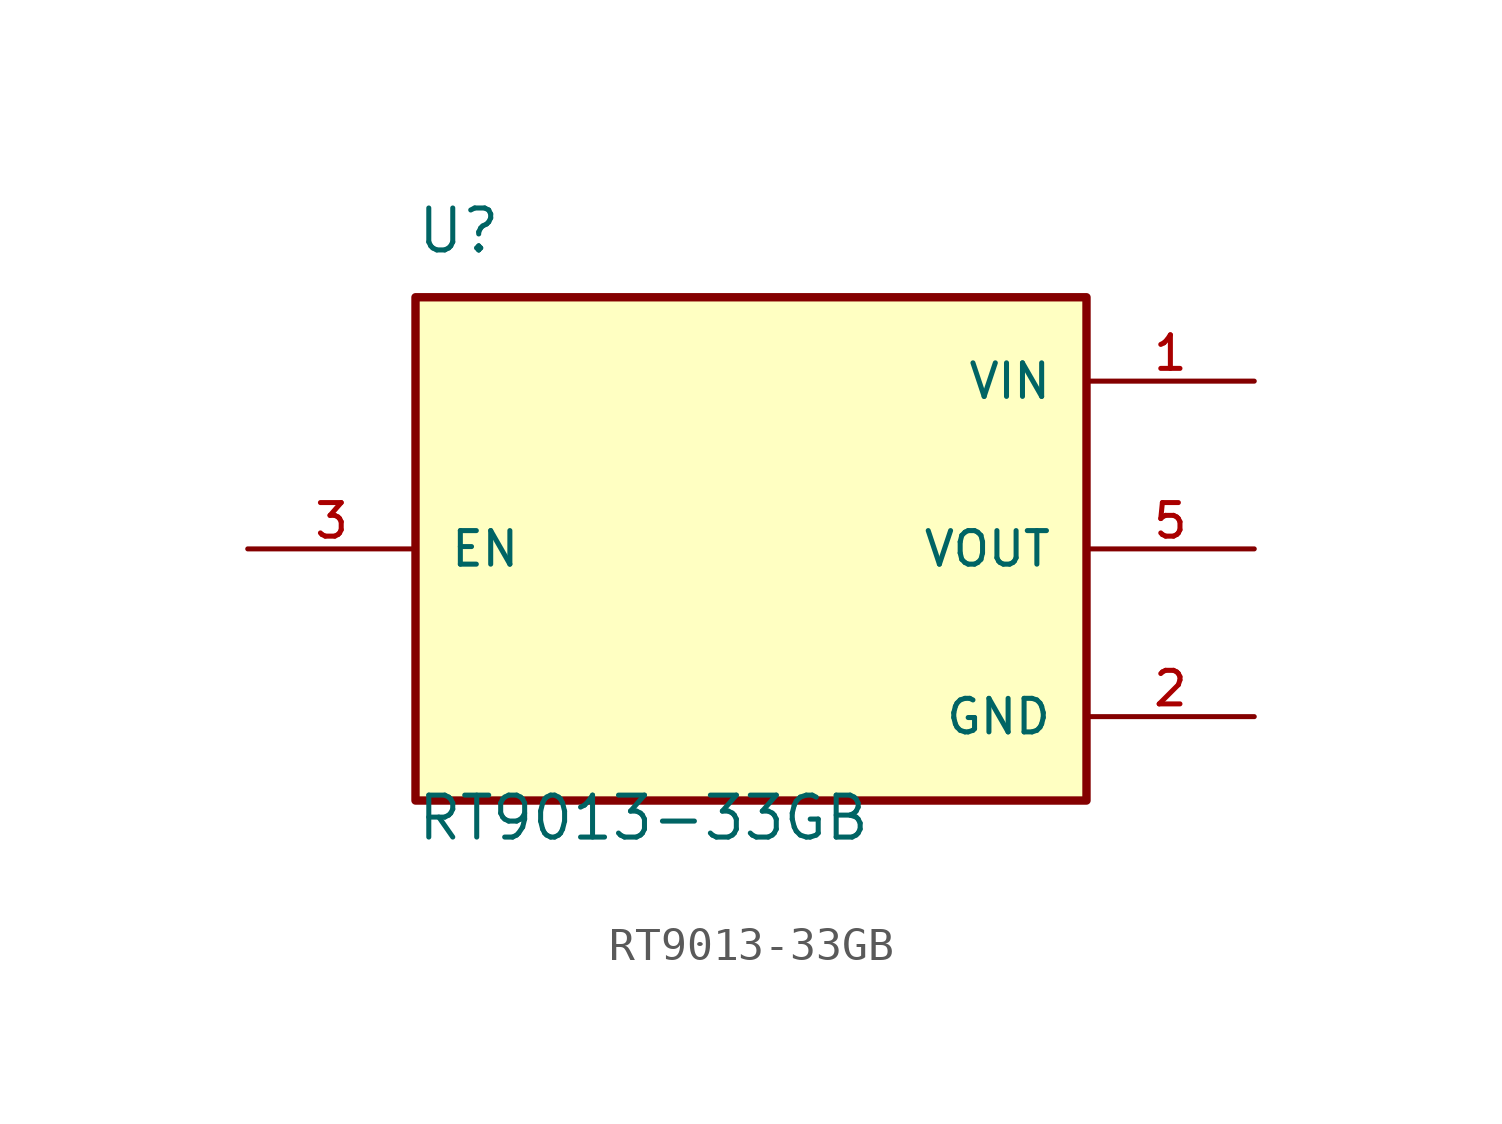
<source format=kicad_sym>
(kicad_symbol_lib
  (version 20211014)
  (generator kicad_symbol_editor)
  (symbol "RT9013-33GB"
    (pin_names
      (offset 1.016))
    (property "Reference" "U"
      (at -10.16 8.89 0)
      (effects (font (size 1.27 1.27)) (justify left bottom)))
    (property "Value" "RT9013-33GB"
      (at -10.16 -8.89 0)
      (effects (font (size 1.27 1.27)) (justify left bottom)))
    (property "ki_locked" ""
      (at 0 0 0)
      (effects (font (size 1.27 1.27))))
    (symbol "RT9013-33GB_0_0"
      (rectangle (start -10.16 -7.62) (end 10.16 7.62) (stroke (width 0.254) (type default) (color 0 0 0 0)) (fill (type background)))
      (pin power_in line (at 15.24 5.08 180) (length 5.08) (name "VIN" (effects (font (size 1.016 1.016)))) (number "1" (effects (font (size 1.016 1.016)))))
      (pin power_in line (at 15.24 -5.08 180) (length 5.08) (name "GND" (effects (font (size 1.016 1.016)))) (number "2" (effects (font (size 1.016 1.016)))))
      (pin input line (at -15.24 0 0) (length 5.08) (name "EN" (effects (font (size 1.016 1.016)))) (number "3" (effects (font (size 1.016 1.016)))))
      (pin power_out line (at 15.24 0 180) (length 5.08) (name "VOUT" (effects (font (size 1.016 1.016)))) (number "5" (effects (font (size 1.016 1.016))))))))
</source>
